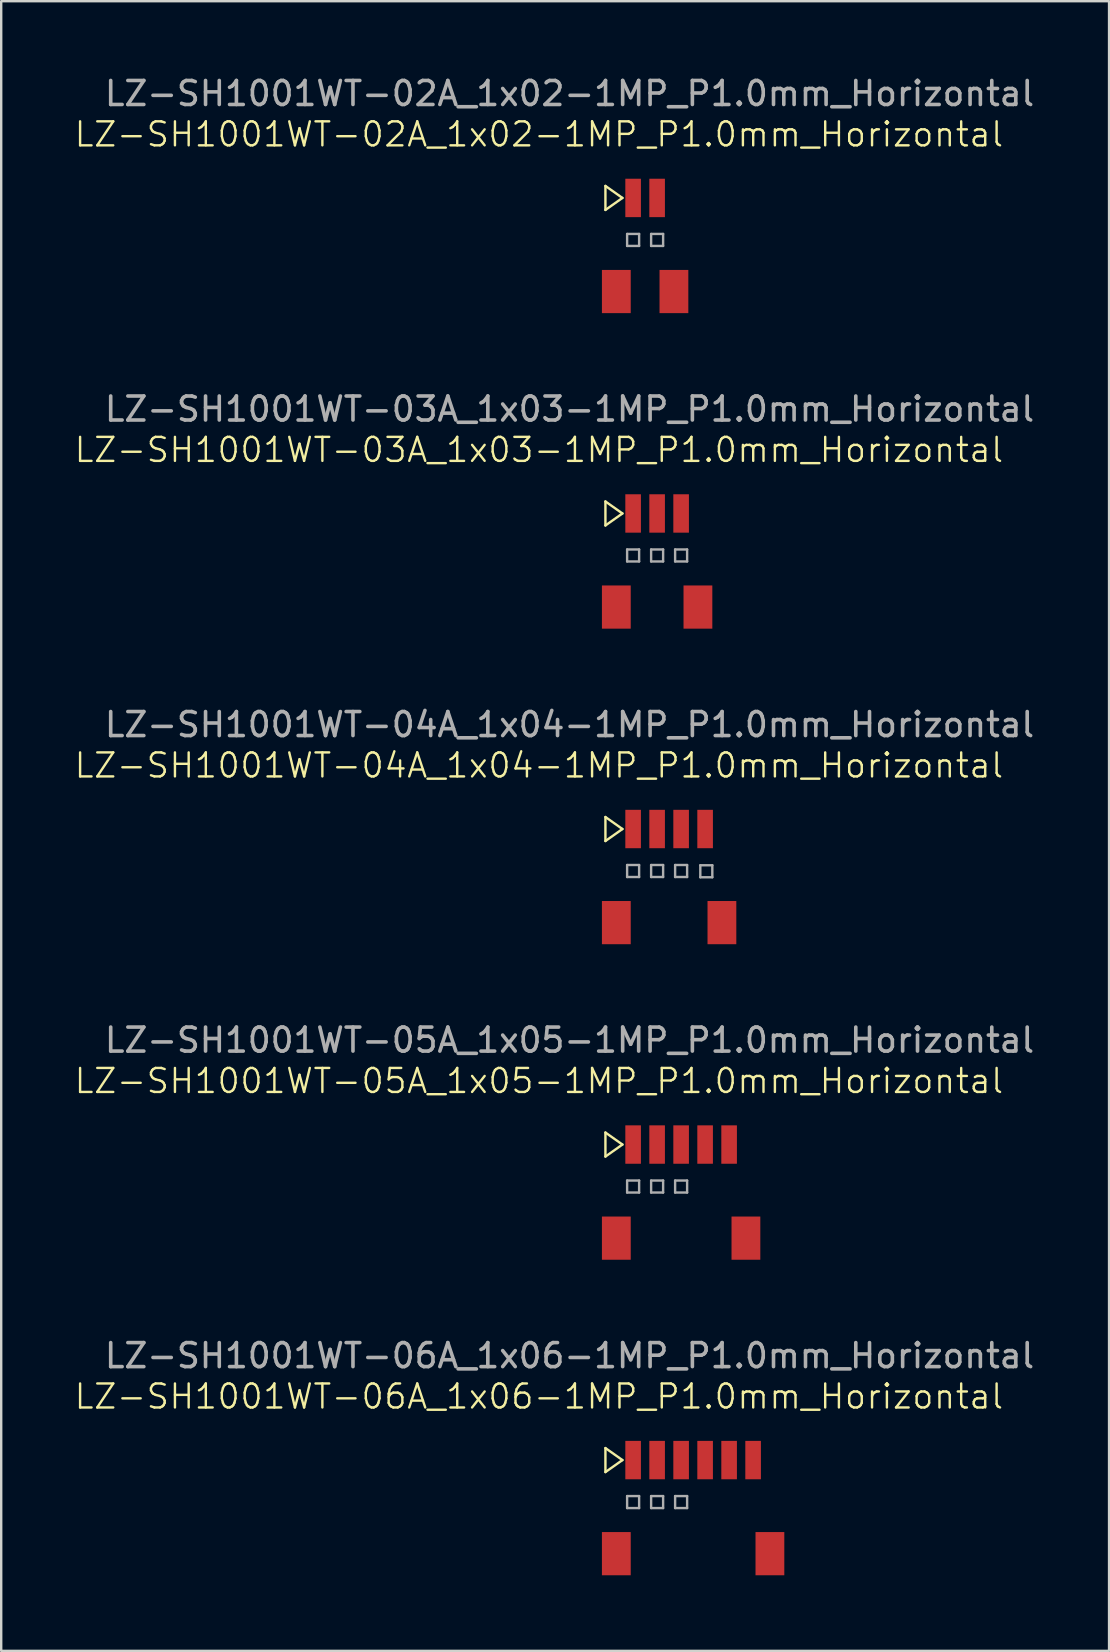
<source format=kicad_pcb>
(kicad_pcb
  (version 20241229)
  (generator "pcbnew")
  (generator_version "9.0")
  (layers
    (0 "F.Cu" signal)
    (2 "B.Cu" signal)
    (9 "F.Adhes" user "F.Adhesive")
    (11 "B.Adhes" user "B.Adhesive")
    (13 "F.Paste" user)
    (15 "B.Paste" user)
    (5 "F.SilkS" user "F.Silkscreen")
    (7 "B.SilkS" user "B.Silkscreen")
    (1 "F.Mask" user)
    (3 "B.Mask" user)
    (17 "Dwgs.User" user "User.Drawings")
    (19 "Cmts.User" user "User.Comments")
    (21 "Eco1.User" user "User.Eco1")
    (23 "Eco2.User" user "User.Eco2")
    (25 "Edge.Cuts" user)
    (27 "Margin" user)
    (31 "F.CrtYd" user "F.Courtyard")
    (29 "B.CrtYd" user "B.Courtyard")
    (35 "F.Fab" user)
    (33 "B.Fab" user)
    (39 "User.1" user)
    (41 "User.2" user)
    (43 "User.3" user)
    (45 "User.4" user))
  (footprint "LZ-SH1001WT-04A_1x04-1MP_P1.0mm_Horizontal"
    (layer "F.Cu")
    (at 26.332 31.495)
    (property "Reference" "LZ-SH1001WT-04A_1x04-1MP_P1.0mm_Horizontal" (at -6.925 -2.65 0) (unlocked yes) (layer "F.SilkS") (effects (font (size 1 1) (thickness 0.1))))
    (attr smd)
    (fp_line (start -4.154 -0.5) (end -4.154 0.5) (stroke (width 0.1) (type solid)) (layer "F.SilkS"))
    (fp_line (start -4.154 -0.5) (end -3.446 0) (stroke (width 0.1) (type solid)) (layer "F.SilkS"))
    (fp_line (start -3.446 0) (end -4.154 0.5) (stroke (width 0.1) (type solid)) (layer "F.SilkS"))
    (fp_rect (start -4.403 -0.825) (end 1.397 4.9) (stroke (width 0.1) (type default)) (fill no) (layer "Margin"))
    (fp_line (start -3.25 1.5) (end -3.25 2) (stroke (width 0.1) (type solid)) (layer "F.Fab"))
    (fp_line (start -3.25 2) (end -2.75 2) (stroke (width 0.1) (type solid)) (layer "F.Fab"))
    (fp_line (start -2.75 1.5) (end -3.25 1.5) (stroke (width 0.1) (type solid)) (layer "F.Fab"))
    (fp_line (start -2.75 2) (end -2.75 1.5) (stroke (width 0.1) (type solid)) (layer "F.Fab"))
    (fp_line (start -2.25 1.5) (end -2.25 2) (stroke (width 0.1) (type solid)) (layer "F.Fab"))
    (fp_line (start -2.25 2) (end -1.75 2) (stroke (width 0.1) (type solid)) (layer "F.Fab"))
    (fp_line (start -1.75 1.5) (end -2.25 1.5) (stroke (width 0.1) (type solid)) (layer "F.Fab"))
    (fp_line (start -1.75 2) (end -1.75 1.5) (stroke (width 0.1) (type solid)) (layer "F.Fab"))
    (fp_line (start -1.25 1.5) (end -1.25 2) (stroke (width 0.1) (type solid)) (layer "F.Fab"))
    (fp_line (start -1.25 2) (end -0.75 2) (stroke (width 0.1) (type solid)) (layer "F.Fab"))
    (fp_line (start -0.75 1.5) (end -1.25 1.5) (stroke (width 0.1) (type solid)) (layer "F.Fab"))
    (fp_line (start -0.75 2) (end -0.75 1.5) (stroke (width 0.1) (type solid)) (layer "F.Fab"))
    (fp_line (start -0.2 1.51) (end -0.2 2.01) (stroke (width 0.1) (type solid)) (layer "F.Fab"))
    (fp_line (start -0.2 2.01) (end 0.3 2.01) (stroke (width 0.1) (type solid)) (layer "F.Fab"))
    (fp_line (start 0.3 1.51) (end -0.2 1.51) (stroke (width 0.1) (type solid)) (layer "F.Fab"))
    (fp_line (start 0.3 2.01) (end 0.3 1.51) (stroke (width 0.1) (type solid)) (layer "F.Fab"))
    (fp_text user "${REFERENCE}" (at -5.65 -4.35 0) (unlocked yes) (layer "F.Fab") (effects (font (size 1 1) (thickness 0.15))))
    (pad "1" smd rect (at -3 0) (size 0.65 1.6) (layers "F.Cu" "F.Mask" "F.Paste"))
    (pad "2" smd rect (at -2 0) (size 0.65 1.6) (layers "F.Cu" "F.Mask" "F.Paste"))
    (pad "3" smd rect (at -1 0) (size 0.65 1.6) (layers "F.Cu" "F.Mask" "F.Paste"))
    (pad "4" smd rect (at 0 0) (size 0.65 1.6) (layers "F.Cu" "F.Mask" "F.Paste"))
    (pad "MP" smd rect (at -3.7 3.9) (size 1.2 1.8) (layers "F.Cu" "F.Mask" "F.Paste"))
    (pad "MP" smd rect (at 0.7 3.9) (size 1.2 1.8) (layers "F.Cu" "F.Mask" "F.Paste")))
  (footprint "LZ-SH1001WT-06A_1x06-1MP_P1.0mm_Horizontal"
    (layer "F.Cu")
    (at 28.332 57.791)
    (property "Reference" "LZ-SH1001WT-06A_1x06-1MP_P1.0mm_Horizontal" (at -8.925 -2.65 0) (unlocked yes) (layer "F.SilkS") (effects (font (size 1 1) (thickness 0.1))))
    (attr smd)
    (fp_line (start -6.154 -0.5) (end -6.154 0.5) (stroke (width 0.1) (type solid)) (layer "F.SilkS"))
    (fp_line (start -6.154 -0.5) (end -5.446 0) (stroke (width 0.1) (type solid)) (layer "F.SilkS"))
    (fp_line (start -5.446 0) (end -6.154 0.5) (stroke (width 0.1) (type solid)) (layer "F.SilkS"))
    (fp_rect (start -6.403 -0.825) (end 1.397 4.9) (stroke (width 0.1) (type default)) (fill no) (layer "Margin"))
    (fp_line (start -5.25 1.5) (end -5.25 2) (stroke (width 0.1) (type solid)) (layer "F.Fab"))
    (fp_line (start -5.25 2) (end -4.75 2) (stroke (width 0.1) (type solid)) (layer "F.Fab"))
    (fp_line (start -4.75 1.5) (end -5.25 1.5) (stroke (width 0.1) (type solid)) (layer "F.Fab"))
    (fp_line (start -4.75 2) (end -4.75 1.5) (stroke (width 0.1) (type solid)) (layer "F.Fab"))
    (fp_line (start -4.25 1.5) (end -4.25 2) (stroke (width 0.1) (type solid)) (layer "F.Fab"))
    (fp_line (start -4.25 2) (end -3.75 2) (stroke (width 0.1) (type solid)) (layer "F.Fab"))
    (fp_line (start -3.75 1.5) (end -4.25 1.5) (stroke (width 0.1) (type solid)) (layer "F.Fab"))
    (fp_line (start -3.75 2) (end -3.75 1.5) (stroke (width 0.1) (type solid)) (layer "F.Fab"))
    (fp_line (start -3.25 1.5) (end -3.25 2) (stroke (width 0.1) (type solid)) (layer "F.Fab"))
    (fp_line (start -3.25 2) (end -2.75 2) (stroke (width 0.1) (type solid)) (layer "F.Fab"))
    (fp_line (start -2.75 1.5) (end -3.25 1.5) (stroke (width 0.1) (type solid)) (layer "F.Fab"))
    (fp_line (start -2.75 2) (end -2.75 1.5) (stroke (width 0.1) (type solid)) (layer "F.Fab"))
    (fp_text user "${REFERENCE}" (at -7.65 -4.35 0) (unlocked yes) (layer "F.Fab") (effects (font (size 1 1) (thickness 0.15))))
    (pad "1" smd rect (at -5 0) (size 0.65 1.6) (layers "F.Cu" "F.Mask" "F.Paste"))
    (pad "2" smd rect (at -4 0) (size 0.65 1.6) (layers "F.Cu" "F.Mask" "F.Paste"))
    (pad "3" smd rect (at -3 0) (size 0.65 1.6) (layers "F.Cu" "F.Mask" "F.Paste"))
    (pad "4" smd rect (at -2 0) (size 0.65 1.6) (layers "F.Cu" "F.Mask" "F.Paste"))
    (pad "5" smd rect (at -1 0) (size 0.65 1.6) (layers "F.Cu" "F.Mask" "F.Paste"))
    (pad "6" smd rect (at 0 0) (size 0.65 1.6) (layers "F.Cu" "F.Mask" "F.Paste"))
    (pad "MP" smd rect (at -5.7 3.9) (size 1.2 1.8) (layers "F.Cu" "F.Mask" "F.Paste"))
    (pad "MP" smd rect (at 0.7 3.9) (size 1.2 1.8) (layers "F.Cu" "F.Mask" "F.Paste")))
  (footprint "LZ-SH1001WT-03A_1x03-1MP_P1.0mm_Horizontal"
    (layer "F.Cu")
    (at 25.332 18.346)
    (property "Reference" "LZ-SH1001WT-03A_1x03-1MP_P1.0mm_Horizontal" (at -5.925 -2.65 0) (unlocked yes) (layer "F.SilkS") (effects (font (size 1 1) (thickness 0.1))))
    (attr smd)
    (fp_line (start -3.154 -0.5) (end -3.154 0.5) (stroke (width 0.1) (type solid)) (layer "F.SilkS"))
    (fp_line (start -3.154 -0.5) (end -2.446 0) (stroke (width 0.1) (type solid)) (layer "F.SilkS"))
    (fp_line (start -2.446 0) (end -3.154 0.5) (stroke (width 0.1) (type solid)) (layer "F.SilkS"))
    (fp_rect (start -3.403 -0.825) (end 1.397 4.9) (stroke (width 0.1) (type default)) (fill no) (layer "Margin"))
    (fp_line (start -2.25 1.5) (end -2.25 2) (stroke (width 0.1) (type solid)) (layer "F.Fab"))
    (fp_line (start -2.25 2) (end -1.75 2) (stroke (width 0.1) (type solid)) (layer "F.Fab"))
    (fp_line (start -1.75 1.5) (end -2.25 1.5) (stroke (width 0.1) (type solid)) (layer "F.Fab"))
    (fp_line (start -1.75 2) (end -1.75 1.5) (stroke (width 0.1) (type solid)) (layer "F.Fab"))
    (fp_line (start -1.25 1.5) (end -1.25 2) (stroke (width 0.1) (type solid)) (layer "F.Fab"))
    (fp_line (start -1.25 2) (end -0.75 2) (stroke (width 0.1) (type solid)) (layer "F.Fab"))
    (fp_line (start -0.75 1.5) (end -1.25 1.5) (stroke (width 0.1) (type solid)) (layer "F.Fab"))
    (fp_line (start -0.75 2) (end -0.75 1.5) (stroke (width 0.1) (type solid)) (layer "F.Fab"))
    (fp_line (start -0.25 1.5) (end -0.25 2) (stroke (width 0.1) (type solid)) (layer "F.Fab"))
    (fp_line (start -0.25 2) (end 0.25 2) (stroke (width 0.1) (type solid)) (layer "F.Fab"))
    (fp_line (start 0.25 1.5) (end -0.25 1.5) (stroke (width 0.1) (type solid)) (layer "F.Fab"))
    (fp_line (start 0.25 2) (end 0.25 1.5) (stroke (width 0.1) (type solid)) (layer "F.Fab"))
    (fp_text user "${REFERENCE}" (at -4.65 -4.35 0) (unlocked yes) (layer "F.Fab") (effects (font (size 1 1) (thickness 0.15))))
    (pad "1" smd rect (at -2 0) (size 0.65 1.6) (layers "F.Cu" "F.Mask" "F.Paste"))
    (pad "2" smd rect (at -1 0) (size 0.65 1.6) (layers "F.Cu" "F.Mask" "F.Paste"))
    (pad "3" smd rect (at 0 0) (size 0.65 1.6) (layers "F.Cu" "F.Mask" "F.Paste"))
    (pad "MP" smd rect (at -2.7 3.9) (size 1.2 1.8) (layers "F.Cu" "F.Mask" "F.Paste"))
    (pad "MP" smd rect (at 0.7 3.9) (size 1.2 1.8) (layers "F.Cu" "F.Mask" "F.Paste")))
  (footprint "LZ-SH1001WT-05A_1x05-1MP_P1.0mm_Horizontal"
    (layer "F.Cu")
    (at 27.332 44.643)
    (property "Reference" "LZ-SH1001WT-05A_1x05-1MP_P1.0mm_Horizontal" (at -7.925 -2.65 0) (unlocked yes) (layer "F.SilkS") (effects (font (size 1 1) (thickness 0.1))))
    (attr smd)
    (fp_line (start -5.154 -0.5) (end -5.154 0.5) (stroke (width 0.1) (type solid)) (layer "F.SilkS"))
    (fp_line (start -5.154 -0.5) (end -4.446 0) (stroke (width 0.1) (type solid)) (layer "F.SilkS"))
    (fp_line (start -4.446 0) (end -5.154 0.5) (stroke (width 0.1) (type solid)) (layer "F.SilkS"))
    (fp_rect (start -5.403 -0.825) (end 1.397 4.9) (stroke (width 0.1) (type default)) (fill no) (layer "Margin"))
    (fp_line (start -4.25 1.5) (end -4.25 2) (stroke (width 0.1) (type solid)) (layer "F.Fab"))
    (fp_line (start -4.25 2) (end -3.75 2) (stroke (width 0.1) (type solid)) (layer "F.Fab"))
    (fp_line (start -3.75 1.5) (end -4.25 1.5) (stroke (width 0.1) (type solid)) (layer "F.Fab"))
    (fp_line (start -3.75 2) (end -3.75 1.5) (stroke (width 0.1) (type solid)) (layer "F.Fab"))
    (fp_line (start -3.25 1.5) (end -3.25 2) (stroke (width 0.1) (type solid)) (layer "F.Fab"))
    (fp_line (start -3.25 2) (end -2.75 2) (stroke (width 0.1) (type solid)) (layer "F.Fab"))
    (fp_line (start -2.75 1.5) (end -3.25 1.5) (stroke (width 0.1) (type solid)) (layer "F.Fab"))
    (fp_line (start -2.75 2) (end -2.75 1.5) (stroke (width 0.1) (type solid)) (layer "F.Fab"))
    (fp_line (start -2.25 1.5) (end -2.25 2) (stroke (width 0.1) (type solid)) (layer "F.Fab"))
    (fp_line (start -2.25 2) (end -1.75 2) (stroke (width 0.1) (type solid)) (layer "F.Fab"))
    (fp_line (start -1.75 1.5) (end -2.25 1.5) (stroke (width 0.1) (type solid)) (layer "F.Fab"))
    (fp_line (start -1.75 2) (end -1.75 1.5) (stroke (width 0.1) (type solid)) (layer "F.Fab"))
    (fp_text user "${REFERENCE}" (at -6.65 -4.35 0) (unlocked yes) (layer "F.Fab") (effects (font (size 1 1) (thickness 0.15))))
    (pad "1" smd rect (at -4 0) (size 0.65 1.6) (layers "F.Cu" "F.Mask" "F.Paste"))
    (pad "2" smd rect (at -3 0) (size 0.65 1.6) (layers "F.Cu" "F.Mask" "F.Paste"))
    (pad "3" smd rect (at -2 0) (size 0.65 1.6) (layers "F.Cu" "F.Mask" "F.Paste"))
    (pad "4" smd rect (at -1 0) (size 0.65 1.6) (layers "F.Cu" "F.Mask" "F.Paste"))
    (pad "5" smd rect (at 0 0) (size 0.65 1.6) (layers "F.Cu" "F.Mask" "F.Paste"))
    (pad "MP" smd rect (at -4.7 3.9) (size 1.2 1.8) (layers "F.Cu" "F.Mask" "F.Paste"))
    (pad "MP" smd rect (at 0.7 3.9) (size 1.2 1.8) (layers "F.Cu" "F.Mask" "F.Paste")))
  (footprint "LZ-SH1001WT-02A_1x02-1MP_P1.0mm_Horizontal"
    (layer "F.Cu")
    (at 24.332 5.198)
    (property "Reference" "LZ-SH1001WT-02A_1x02-1MP_P1.0mm_Horizontal" (at -4.925 -2.65 0) (unlocked yes) (layer "F.SilkS") (effects (font (size 1 1) (thickness 0.1))))
    (attr smd)
    (fp_line (start -2.154 -0.5) (end -2.154 0.5) (stroke (width 0.1) (type solid)) (layer "F.SilkS"))
    (fp_line (start -2.154 -0.5) (end -1.446 0) (stroke (width 0.1) (type solid)) (layer "F.SilkS"))
    (fp_line (start -1.446 0) (end -2.154 0.5) (stroke (width 0.1) (type solid)) (layer "F.SilkS"))
    (fp_rect (start -2.425 -0.825) (end 1.375 4.9) (stroke (width 0.1) (type default)) (fill no) (layer "Margin"))
    (fp_line (start -1.25 1.5) (end -1.25 2) (stroke (width 0.1) (type solid)) (layer "F.Fab"))
    (fp_line (start -1.25 2) (end -0.75 2) (stroke (width 0.1) (type solid)) (layer "F.Fab"))
    (fp_line (start -0.75 1.5) (end -1.25 1.5) (stroke (width 0.1) (type solid)) (layer "F.Fab"))
    (fp_line (start -0.75 2) (end -0.75 1.5) (stroke (width 0.1) (type solid)) (layer "F.Fab"))
    (fp_line (start -0.25 1.5) (end -0.25 2) (stroke (width 0.1) (type solid)) (layer "F.Fab"))
    (fp_line (start -0.25 2) (end 0.25 2) (stroke (width 0.1) (type solid)) (layer "F.Fab"))
    (fp_line (start 0.25 1.5) (end -0.25 1.5) (stroke (width 0.1) (type solid)) (layer "F.Fab"))
    (fp_line (start 0.25 2) (end 0.25 1.5) (stroke (width 0.1) (type solid)) (layer "F.Fab"))
    (fp_text user "${REFERENCE}" (at -3.65 -4.35 0) (unlocked yes) (layer "F.Fab") (effects (font (size 1 1) (thickness 0.15))))
    (pad "1" smd rect (at -1 0) (size 0.65 1.6) (layers "F.Cu" "F.Mask" "F.Paste"))
    (pad "2" smd rect (at 0 0) (size 0.65 1.6) (layers "F.Cu" "F.Mask" "F.Paste"))
    (pad "MP" smd rect (at -1.7 3.9) (size 1.2 1.8) (layers "F.Cu" "F.Mask" "F.Paste"))
    (pad "MP" smd rect (at 0.7 3.9) (size 1.2 1.8) (layers "F.Cu" "F.Mask" "F.Paste")))
  (gr_rect
    (start -3 -3)
    (end 43.164 65.741)
    (stroke (width 0.1) (type default))
    (fill no)
    (layer "Edge.Cuts")))
</source>
